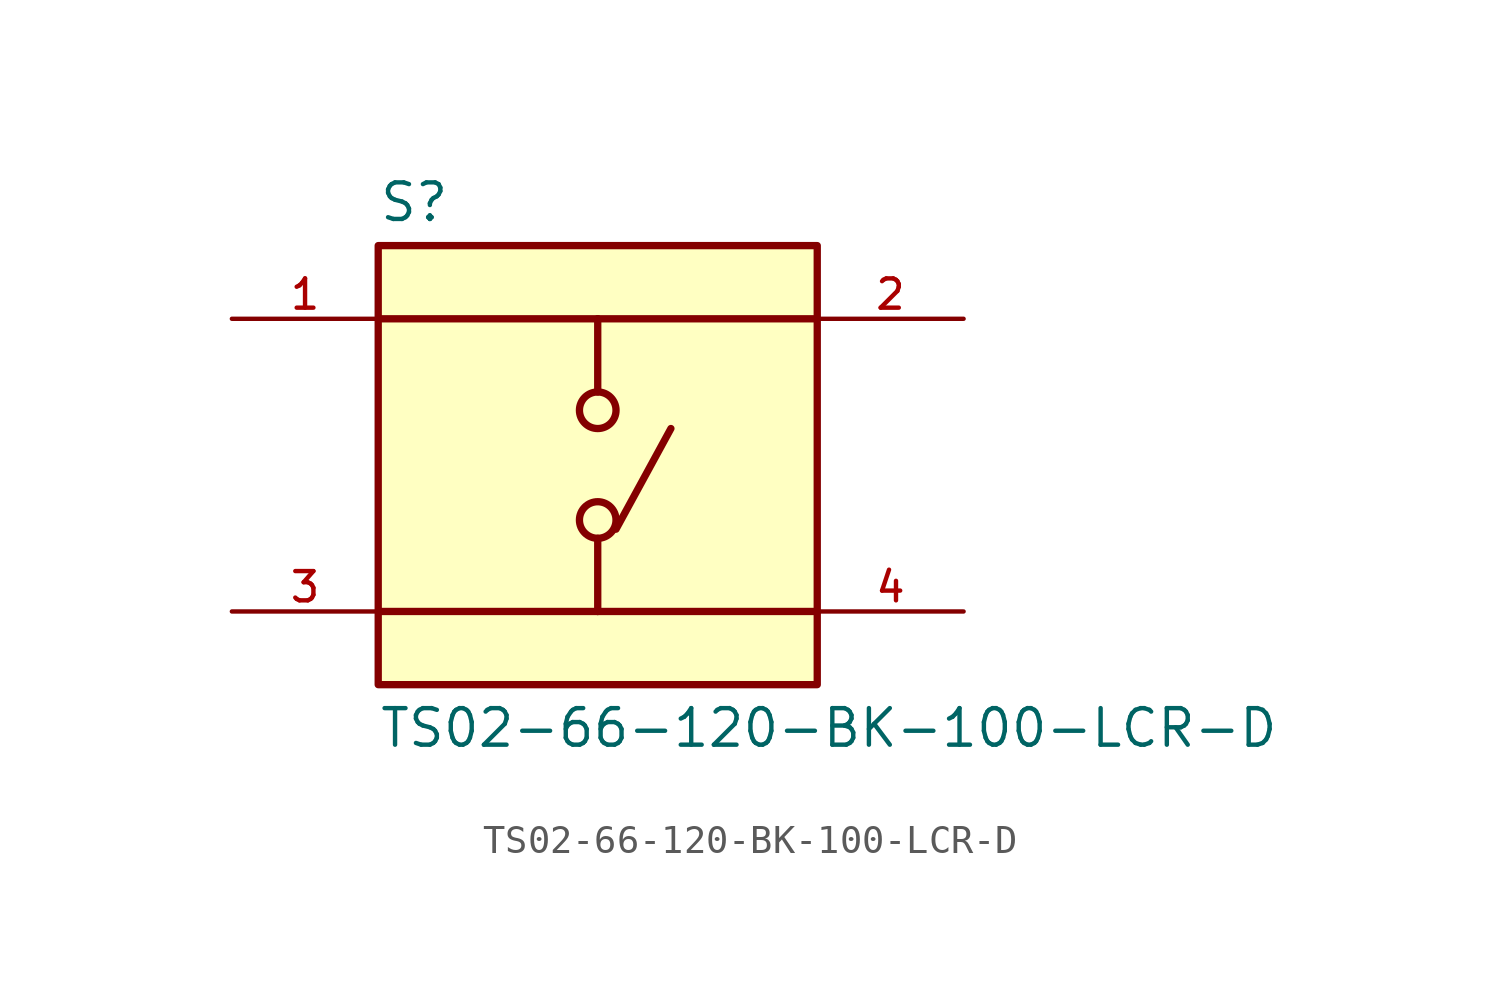
<source format=kicad_sym>
(kicad_symbol_lib
  (version 20211014)
  (generator kicad_symbol_editor)
  (symbol "TS02-66-120-BK-100-LCR-D"
    (pin_names
      (offset 1.016))
    (property "Reference" "S"
      (at -7.62 8.382 0)
      (effects (font (size 1.27 1.27)) (justify bottom left)))
    (property "Value" "TS02-66-120-BK-100-LCR-D"
      (at -7.62 -8.382 0)
      (effects (font (size 1.27 1.27)) (justify top left)))
    (symbol "TS02-66-120-BK-100-LCR-D_0_0"
      (polyline (pts (xy 0.0 5.08) (xy 0.0 2.54)) (stroke (width 0.254)))
      (polyline (pts (xy 0.0 -2.54) (xy 0.0 -5.08)) (stroke (width 0.254)))
      (polyline (pts (xy 0.0 5.08) (xy -7.62 5.08)) (stroke (width 0.254)))
      (polyline (pts (xy 0.0 5.08) (xy 7.62 5.08)) (stroke (width 0.254)))
      (polyline (pts (xy 0.0 -5.08) (xy -7.62 -5.08)) (stroke (width 0.254)))
      (polyline (pts (xy 0.0 -5.08) (xy 7.62 -5.08)) (stroke (width 0.254)))
      (circle (center 0.0 -1.905) (radius 0.635) (stroke (width 0.254)) (fill (type none)))
      (circle (center 0.0 1.905) (radius 0.635) (stroke (width 0.254)) (fill (type none)))
      (polyline (pts (xy 0.635 -2.223) (xy 2.54 1.27)) (stroke (width 0.254)))
      (rectangle (start -7.62 -7.62) (end 7.62 7.62) (stroke (width 0.254)) (fill (type background)))
      (pin passive line (at -12.7 5.08 0) (length 5.08) (name "~" (effects (font (size 1.016 1.016)))) (number "1" (effects (font (size 1.016 1.016)))))
      (pin passive line (at -12.7 -5.08 0) (length 5.08) (name "~" (effects (font (size 1.016 1.016)))) (number "3" (effects (font (size 1.016 1.016)))))
      (pin passive line (at 12.7 5.08 180.0) (length 5.08) (name "~" (effects (font (size 1.016 1.016)))) (number "2" (effects (font (size 1.016 1.016)))))
      (pin passive line (at 12.7 -5.08 180.0) (length 5.08) (name "~" (effects (font (size 1.016 1.016)))) (number "4" (effects (font (size 1.016 1.016))))))))
</source>
